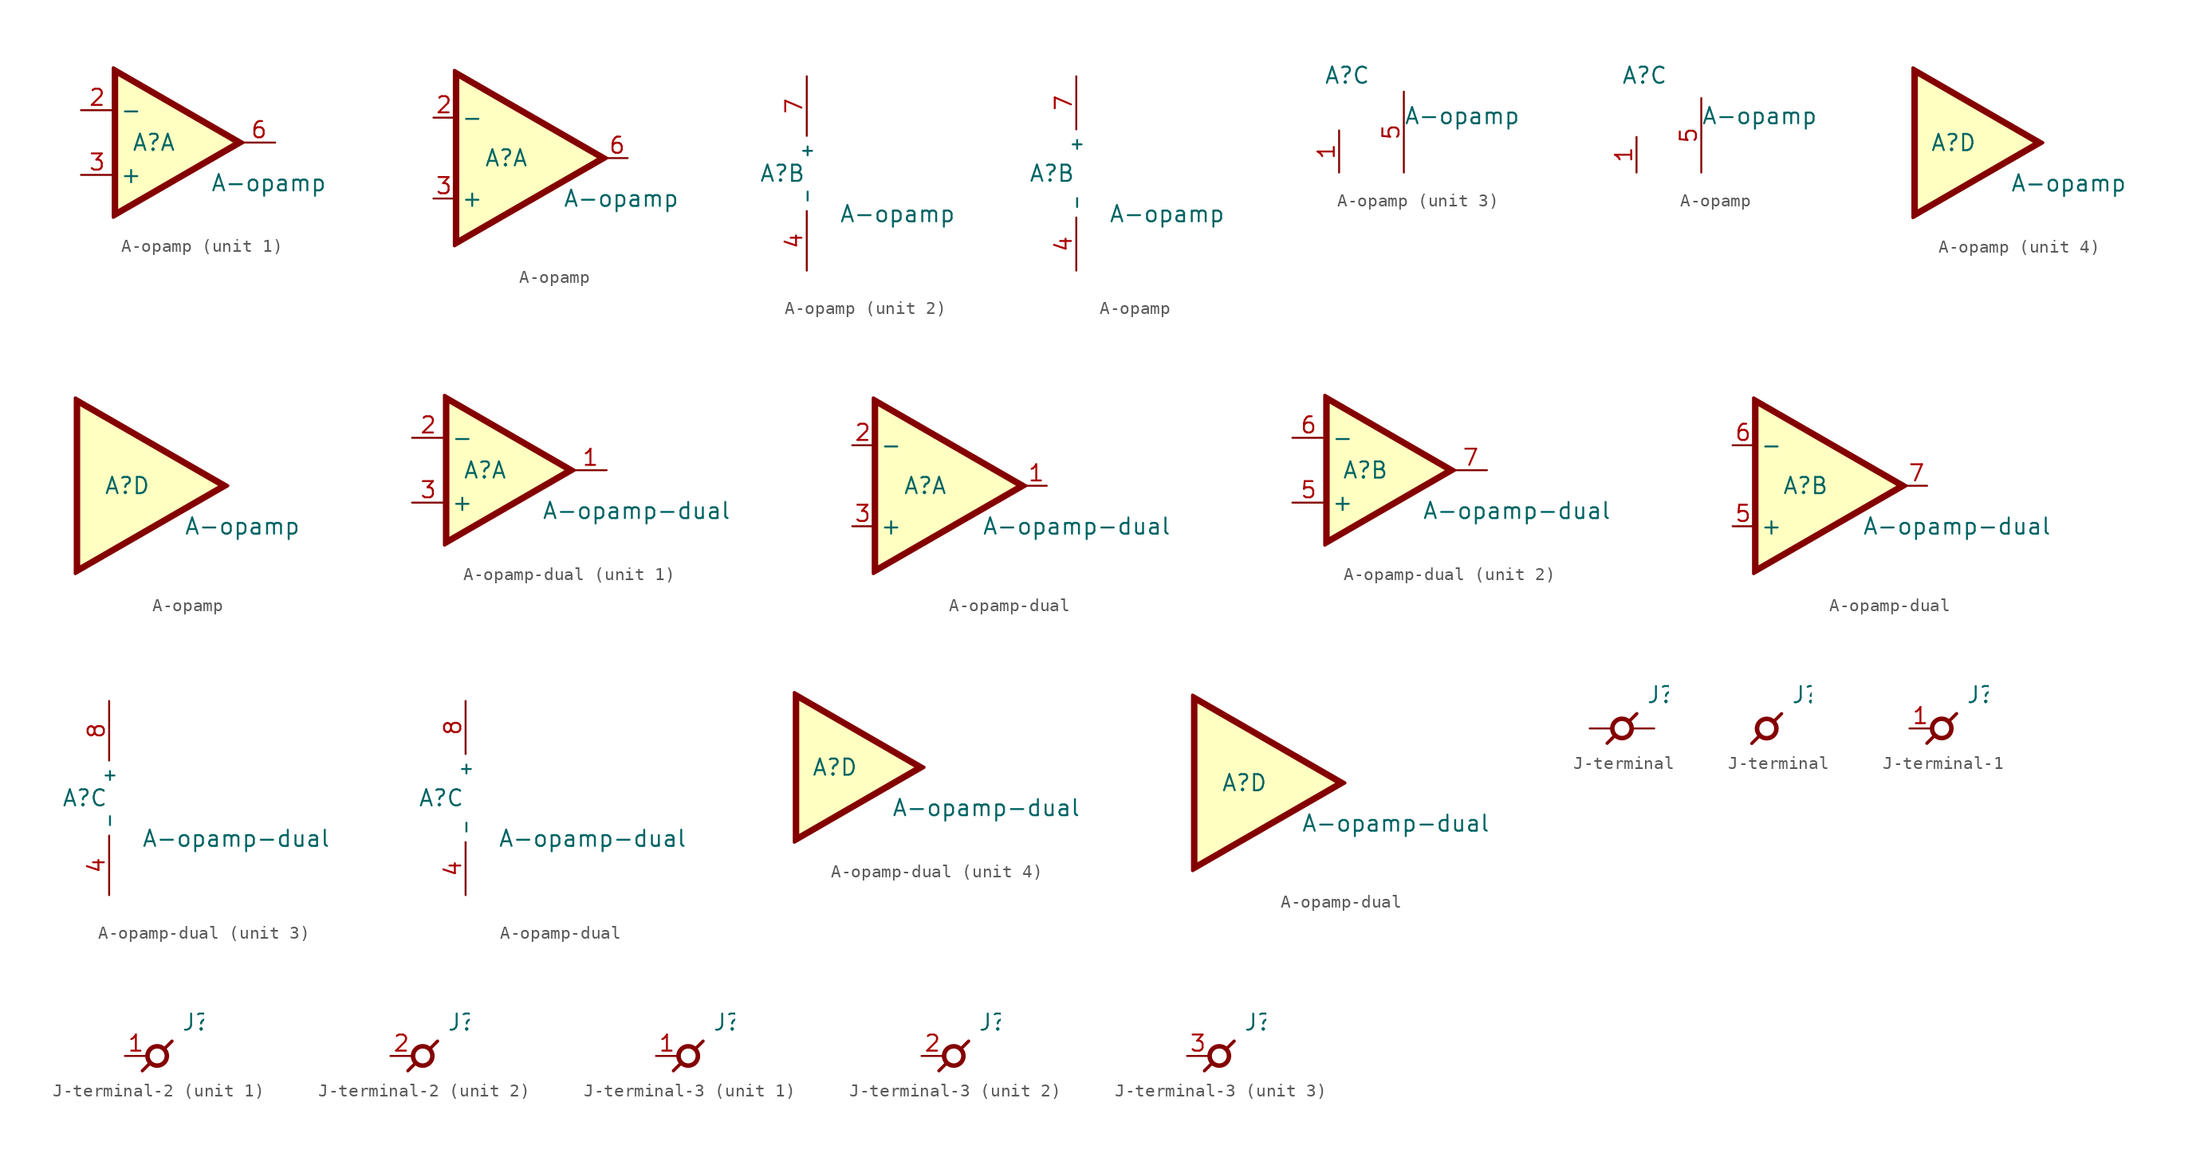
<source format=kicad_sym>
(kicad_symbol_lib
  (version 20211014)
  (generator kicad_symbol_editor)
  (symbol "A-opamp"
    (property "Reference" "A"
      (at -1.905 0 0)
      (effects (font (size 1.27 1.27))))
    (property "Value" "A-opamp"
      (at 2.54 -3.175 0)
      (effects (font (size 1.27 1.27)) (justify left)))
    (property "ki_locked" ""
      (at 0 0 0)
      (effects (font (size 1.27 1.27))))
    (symbol "A-opamp_1_1"
      (polyline (pts (xy 4.851 0) (xy -4.953 5.664) (xy -4.953 -5.664) (xy 4.851 0)) (stroke (width -0.051) (type default) (color 0 0 0 0)) (fill (type background)))
      (polyline (pts (xy 5.08 0) (xy -5.08 5.867) (xy -5.08 -5.867) (xy 5.08 0) (xy 4.572 0) (xy -4.826 -5.436) (xy -4.826 5.436) (xy 4.572 0) (xy 5.08 0)) (stroke (width 0.254) (type default) (color 0 0 0 0)) (fill (type outline)))
      (pin input line (at -7.62 2.54 0) (length 2.54) (name "-" (effects (font (size 1.27 1.27)))) (number "2" (effects (font (size 1.27 1.27)))))
      (pin input line (at -7.62 -2.54 0) (length 2.54) (name "+" (effects (font (size 1.27 1.27)))) (number "3" (effects (font (size 1.27 1.27)))))
      (pin output line (at 7.62 0 180) (length 2.54) (name "OUT" (effects (font (size 0 0)))) (number "6" (effects (font (size 1.27 1.27))))))
    (symbol "A-opamp_1_2"
      (polyline (pts (xy 5.715 0) (xy -5.842 6.655) (xy -5.842 -6.655) (xy 5.715 0)) (stroke (width -0.051) (type default) (color 0 0 0 0)) (fill (type background)))
      (polyline (pts (xy 5.969 0) (xy -5.969 6.883) (xy -5.969 -6.883) (xy 5.969 0) (xy 5.461 0) (xy -5.715 -6.452) (xy -5.715 6.452) (xy 5.461 0) (xy 5.969 0)) (stroke (width 0.254) (type default) (color 0 0 0 0)) (fill (type outline)))
      (pin input line (at -7.62 3.175 0) (length 1.651) (name "-" (effects (font (size 1.27 1.27)))) (number "2" (effects (font (size 1.27 1.27)))))
      (pin input line (at -7.62 -3.175 0) (length 1.651) (name "+" (effects (font (size 1.27 1.27)))) (number "3" (effects (font (size 1.27 1.27)))))
      (pin output line (at 7.62 0 180) (length 1.651) (name "OUT" (effects (font (size 0 0)))) (number "6" (effects (font (size 1.27 1.27))))))
    (symbol "A-opamp_2_1"
      (pin power_in line (at 0 -7.62 90) (length 4.674) (name "-" (effects (font (size 0.914 0.914)))) (number "4" (effects (font (size 1.27 1.27)))))
      (pin power_in line (at 0 7.62 270) (length 4.674) (name "+" (effects (font (size 0.914 0.914)))) (number "7" (effects (font (size 1.27 1.27))))))
    (symbol "A-opamp_2_2"
      (pin power_in line (at 0 -7.62 90) (length 4.166) (name "-" (effects (font (size 0.914 0.914)))) (number "4" (effects (font (size 1.27 1.27)))))
      (pin power_in line (at 0 7.62 270) (length 4.166) (name "+" (effects (font (size 0.914 0.914)))) (number "7" (effects (font (size 1.27 1.27))))))
    (symbol "A-opamp_3_1"
      (pin passive line (at -2.54 -7.62 90) (length 3.302) (name "OFSA" (effects (font (size 0 0)))) (number "1" (effects (font (size 1.27 1.27)))))
      (pin passive line (at 2.54 -7.62 90) (length 6.35) (name "OFSB" (effects (font (size 0 0)))) (number "5" (effects (font (size 1.27 1.27))))))
    (symbol "A-opamp_3_2"
      (pin passive line (at -2.54 -7.62 90) (length 2.794) (name "OFSA" (effects (font (size 0 0)))) (number "1" (effects (font (size 1.27 1.27)))))
      (pin passive line (at 2.54 -7.62 90) (length 5.842) (name "OFSB" (effects (font (size 0 0)))) (number "5" (effects (font (size 1.27 1.27))))))
    (symbol "A-opamp_4_1"
      (polyline (pts (xy 4.851 0) (xy -4.953 5.664) (xy -4.953 -5.664) (xy 4.851 0)) (stroke (width -0.051) (type default) (color 0 0 0 0)) (fill (type background)))
      (polyline (pts (xy 5.08 0) (xy -5.08 5.867) (xy -5.08 -5.867) (xy 5.08 0) (xy 4.572 0) (xy -4.826 -5.436) (xy -4.826 5.436) (xy 4.572 0) (xy 5.08 0)) (stroke (width 0.254) (type default) (color 0 0 0 0)) (fill (type outline))))
    (symbol "A-opamp_4_2"
      (polyline (pts (xy 5.715 0) (xy -5.842 6.655) (xy -5.842 -6.655) (xy 5.715 0)) (stroke (width -0.051) (type default) (color 0 0 0 0)) (fill (type background)))
      (polyline (pts (xy 5.969 0) (xy -5.969 6.883) (xy -5.969 -6.883) (xy 5.969 0) (xy 5.461 0) (xy -5.715 -6.452) (xy -5.715 6.452) (xy 5.461 0) (xy 5.969 0)) (stroke (width 0.254) (type default) (color 0 0 0 0)) (fill (type outline)))))
  (symbol "A-opamp-dual"
    (property "Reference" "A"
      (at -1.905 0 0)
      (effects (font (size 1.27 1.27))))
    (property "Value" "A-opamp-dual"
      (at 2.54 -3.175 0)
      (effects (font (size 1.27 1.27)) (justify left)))
    (property "ki_locked" ""
      (at 0 0 0)
      (effects (font (size 1.27 1.27))))
    (symbol "A-opamp-dual_1_1"
      (polyline (pts (xy 4.851 0) (xy -4.953 5.664) (xy -4.953 -5.664) (xy 4.851 0)) (stroke (width -0.051) (type default) (color 0 0 0 0)) (fill (type background)))
      (polyline (pts (xy 5.08 0) (xy -5.08 5.867) (xy -5.08 -5.867) (xy 5.08 0) (xy 4.572 0) (xy -4.826 -5.436) (xy -4.826 5.436) (xy 4.572 0) (xy 5.08 0)) (stroke (width 0.254) (type default) (color 0 0 0 0)) (fill (type outline)))
      (pin output line (at 7.62 0 180) (length 2.54) (name "OUTA" (effects (font (size 0 0)))) (number "1" (effects (font (size 1.27 1.27)))))
      (pin input line (at -7.62 2.54 0) (length 2.54) (name "-" (effects (font (size 1.27 1.27)))) (number "2" (effects (font (size 1.27 1.27)))))
      (pin input line (at -7.62 -2.54 0) (length 2.54) (name "+" (effects (font (size 1.27 1.27)))) (number "3" (effects (font (size 1.27 1.27))))))
    (symbol "A-opamp-dual_1_2"
      (polyline (pts (xy 5.715 0) (xy -5.842 6.655) (xy -5.842 -6.655) (xy 5.715 0)) (stroke (width -0.051) (type default) (color 0 0 0 0)) (fill (type background)))
      (polyline (pts (xy 5.969 0) (xy -5.969 6.883) (xy -5.969 -6.883) (xy 5.969 0) (xy 5.461 0) (xy -5.715 -6.452) (xy -5.715 6.452) (xy 5.461 0) (xy 5.969 0)) (stroke (width 0.254) (type default) (color 0 0 0 0)) (fill (type outline)))
      (pin output line (at 7.62 0 180) (length 1.651) (name "OUTA" (effects (font (size 0 0)))) (number "1" (effects (font (size 1.27 1.27)))))
      (pin input line (at -7.62 3.175 0) (length 1.651) (name "-" (effects (font (size 1.27 1.27)))) (number "2" (effects (font (size 1.27 1.27)))))
      (pin input line (at -7.62 -3.175 0) (length 1.651) (name "+" (effects (font (size 1.27 1.27)))) (number "3" (effects (font (size 1.27 1.27))))))
    (symbol "A-opamp-dual_2_1"
      (polyline (pts (xy 4.851 0) (xy -4.953 5.664) (xy -4.953 -5.664) (xy 4.851 0)) (stroke (width -0.051) (type default) (color 0 0 0 0)) (fill (type background)))
      (polyline (pts (xy 5.08 0) (xy -5.08 5.867) (xy -5.08 -5.867) (xy 5.08 0) (xy 4.572 0) (xy -4.826 -5.436) (xy -4.826 5.436) (xy 4.572 0) (xy 5.08 0)) (stroke (width 0.254) (type default) (color 0 0 0 0)) (fill (type outline)))
      (pin input line (at -7.62 -2.54 0) (length 2.54) (name "+" (effects (font (size 1.27 1.27)))) (number "5" (effects (font (size 1.27 1.27)))))
      (pin input line (at -7.62 2.54 0) (length 2.54) (name "-" (effects (font (size 1.27 1.27)))) (number "6" (effects (font (size 1.27 1.27)))))
      (pin output line (at 7.62 0 180) (length 2.54) (name "OUTB" (effects (font (size 0 0)))) (number "7" (effects (font (size 1.27 1.27))))))
    (symbol "A-opamp-dual_2_2"
      (polyline (pts (xy 5.715 0) (xy -5.842 6.655) (xy -5.842 -6.655) (xy 5.715 0)) (stroke (width -0.051) (type default) (color 0 0 0 0)) (fill (type background)))
      (polyline (pts (xy 5.969 0) (xy -5.969 6.883) (xy -5.969 -6.883) (xy 5.969 0) (xy 5.461 0) (xy -5.715 -6.452) (xy -5.715 6.452) (xy 5.461 0) (xy 5.969 0)) (stroke (width 0.254) (type default) (color 0 0 0 0)) (fill (type outline)))
      (pin input line (at -7.62 -3.175 0) (length 1.651) (name "+" (effects (font (size 1.27 1.27)))) (number "5" (effects (font (size 1.27 1.27)))))
      (pin input line (at -7.62 3.175 0) (length 1.651) (name "-" (effects (font (size 1.27 1.27)))) (number "6" (effects (font (size 1.27 1.27)))))
      (pin output line (at 7.62 0 180) (length 1.651) (name "OUTB" (effects (font (size 0 0)))) (number "7" (effects (font (size 1.27 1.27))))))
    (symbol "A-opamp-dual_3_1"
      (pin power_in line (at 0 -7.62 90) (length 4.674) (name "-" (effects (font (size 0.914 0.914)))) (number "4" (effects (font (size 1.27 1.27)))))
      (pin power_in line (at 0 7.62 270) (length 4.674) (name "+" (effects (font (size 0.914 0.914)))) (number "8" (effects (font (size 1.27 1.27))))))
    (symbol "A-opamp-dual_3_2"
      (pin power_in line (at 0 -7.62 90) (length 4.166) (name "-" (effects (font (size 0.914 0.914)))) (number "4" (effects (font (size 1.27 1.27)))))
      (pin power_in line (at 0 7.62 270) (length 4.166) (name "+" (effects (font (size 0.914 0.914)))) (number "8" (effects (font (size 1.27 1.27))))))
    (symbol "A-opamp-dual_4_1"
      (polyline (pts (xy 4.851 0) (xy -4.953 5.664) (xy -4.953 -5.664) (xy 4.851 0)) (stroke (width -0.051) (type default) (color 0 0 0 0)) (fill (type background)))
      (polyline (pts (xy 5.08 0) (xy -5.08 5.867) (xy -5.08 -5.867) (xy 5.08 0) (xy 4.572 0) (xy -4.826 -5.436) (xy -4.826 5.436) (xy 4.572 0) (xy 5.08 0)) (stroke (width 0.254) (type default) (color 0 0 0 0)) (fill (type outline))))
    (symbol "A-opamp-dual_4_2"
      (polyline (pts (xy 5.715 0) (xy -5.842 6.655) (xy -5.842 -6.655) (xy 5.715 0)) (stroke (width -0.051) (type default) (color 0 0 0 0)) (fill (type background)))
      (polyline (pts (xy 5.969 0) (xy -5.969 6.883) (xy -5.969 -6.883) (xy 5.969 0) (xy 5.461 0) (xy -5.715 -6.452) (xy -5.715 6.452) (xy 5.461 0) (xy 5.969 0)) (stroke (width 0.254) (type default) (color 0 0 0 0)) (fill (type outline)))))
  (symbol "J-terminal"
    (pin_numbers hide)
    (pin_names
      (offset 0) hide)
    (property "Reference" "J"
      (at 1.905 1.905 0)
      (effects (font (size 1.27 1.27)) (justify left bottom)))
    (symbol "J-terminal_1_0"
      (polyline (pts (xy -0.584 -0.584) (xy -1.168 -1.168)) (stroke (width 0.254) (type default) (color 0 0 0 0)) (fill (type none)))
      (polyline (pts (xy 0.584 0.584) (xy 1.168 1.168)) (stroke (width 0.254) (type default) (color 0 0 0 0)) (fill (type none)))
      (circle (center 0 0) (radius 0.762) (stroke (width 0.356) (type default) (color 0 0 0 0)) (fill (type none))))
    (symbol "J-terminal_1_1"
      (pin passive line (at -2.54 0 0) (length 1.727) (name "1" (effects (font (size 1.27 1.27)))) (number "1" (effects (font (size 1.27 1.27)))))
      (pin passive line (at 2.54 0 180) (length 1.727) (name "2" (effects (font (size 1.27 1.27)))) (number "2" (effects (font (size 1.27 1.27))))))
    (symbol "J-terminal_1_2"
      (pin passive line (at -0.813 0 0) (length 0) (name "1" (effects (font (size 1.27 1.27)))) (number "1" (effects (font (size 1.27 1.27)))))
      (pin passive line (at 0.813 0 180) (length 0) (name "2" (effects (font (size 1.27 1.27)))) (number "2" (effects (font (size 1.27 1.27)))))))
  (symbol "J-terminal-1"
    (pin_names
      (offset 0) hide)
    (property "Reference" "J"
      (at 1.905 1.905 0)
      (effects (font (size 1.27 1.27)) (justify left bottom)))
    (symbol "J-terminal-1_1_0"
      (polyline (pts (xy -0.584 -0.584) (xy -1.168 -1.168)) (stroke (width 0.254) (type default) (color 0 0 0 0)) (fill (type none)))
      (polyline (pts (xy 0.584 0.584) (xy 1.168 1.168)) (stroke (width 0.254) (type default) (color 0 0 0 0)) (fill (type none)))
      (circle (center 0 0) (radius 0.762) (stroke (width 0.356) (type default) (color 0 0 0 0)) (fill (type none))))
    (symbol "J-terminal-1_1_1"
      (pin passive line (at -2.54 0 0) (length 1.727) (name "1" (effects (font (size 1.27 1.27)))) (number "1" (effects (font (size 1.27 1.27)))))))
  (symbol "J-terminal-2"
    (pin_names
      (offset 0.635) hide)
    (property "Reference" "J"
      (at 1.905 1.905 0)
      (effects (font (size 1.27 1.27)) (justify left bottom)))
    (property "ki_locked" ""
      (at 0 0 0)
      (effects (font (size 1.27 1.27))))
    (symbol "J-terminal-2_0_0"
      (polyline (pts (xy -0.584 -0.584) (xy -1.168 -1.168)) (stroke (width 0.254) (type default) (color 0 0 0 0)) (fill (type none)))
      (polyline (pts (xy 0.584 0.584) (xy 1.168 1.168)) (stroke (width 0.254) (type default) (color 0 0 0 0)) (fill (type none)))
      (circle (center 0 0) (radius 0.762) (stroke (width 0.356) (type default) (color 0 0 0 0)) (fill (type none))))
    (symbol "J-terminal-2_1_1"
      (pin passive line (at -2.54 0 0) (length 1.727) (name "1" (effects (font (size 1.27 1.27)))) (number "1" (effects (font (size 1.27 1.27))))))
    (symbol "J-terminal-2_2_1"
      (pin passive line (at -2.54 0 0) (length 1.727) (name "2" (effects (font (size 1.27 1.27)))) (number "2" (effects (font (size 1.27 1.27)))))))
  (symbol "J-terminal-3"
    (pin_names
      (offset 0.635) hide)
    (property "Reference" "J"
      (at 1.905 1.905 0)
      (effects (font (size 1.27 1.27)) (justify left bottom)))
    (property "ki_locked" ""
      (at 0 0 0)
      (effects (font (size 1.27 1.27))))
    (symbol "J-terminal-3_0_0"
      (polyline (pts (xy -0.584 -0.584) (xy -1.168 -1.168)) (stroke (width 0.254) (type default) (color 0 0 0 0)) (fill (type none)))
      (polyline (pts (xy 0.584 0.584) (xy 1.168 1.168)) (stroke (width 0.254) (type default) (color 0 0 0 0)) (fill (type none)))
      (circle (center 0 0) (radius 0.762) (stroke (width 0.356) (type default) (color 0 0 0 0)) (fill (type none))))
    (symbol "J-terminal-3_1_1"
      (pin passive line (at -2.54 0 0) (length 1.727) (name "1" (effects (font (size 1.27 1.27)))) (number "1" (effects (font (size 1.27 1.27))))))
    (symbol "J-terminal-3_2_1"
      (pin passive line (at -2.54 0 0) (length 1.727) (name "2" (effects (font (size 1.27 1.27)))) (number "2" (effects (font (size 1.27 1.27))))))
    (symbol "J-terminal-3_3_1"
      (pin passive line (at -2.54 0 0) (length 1.727) (name "3" (effects (font (size 1.27 1.27)))) (number "3" (effects (font (size 1.27 1.27))))))))
</source>
